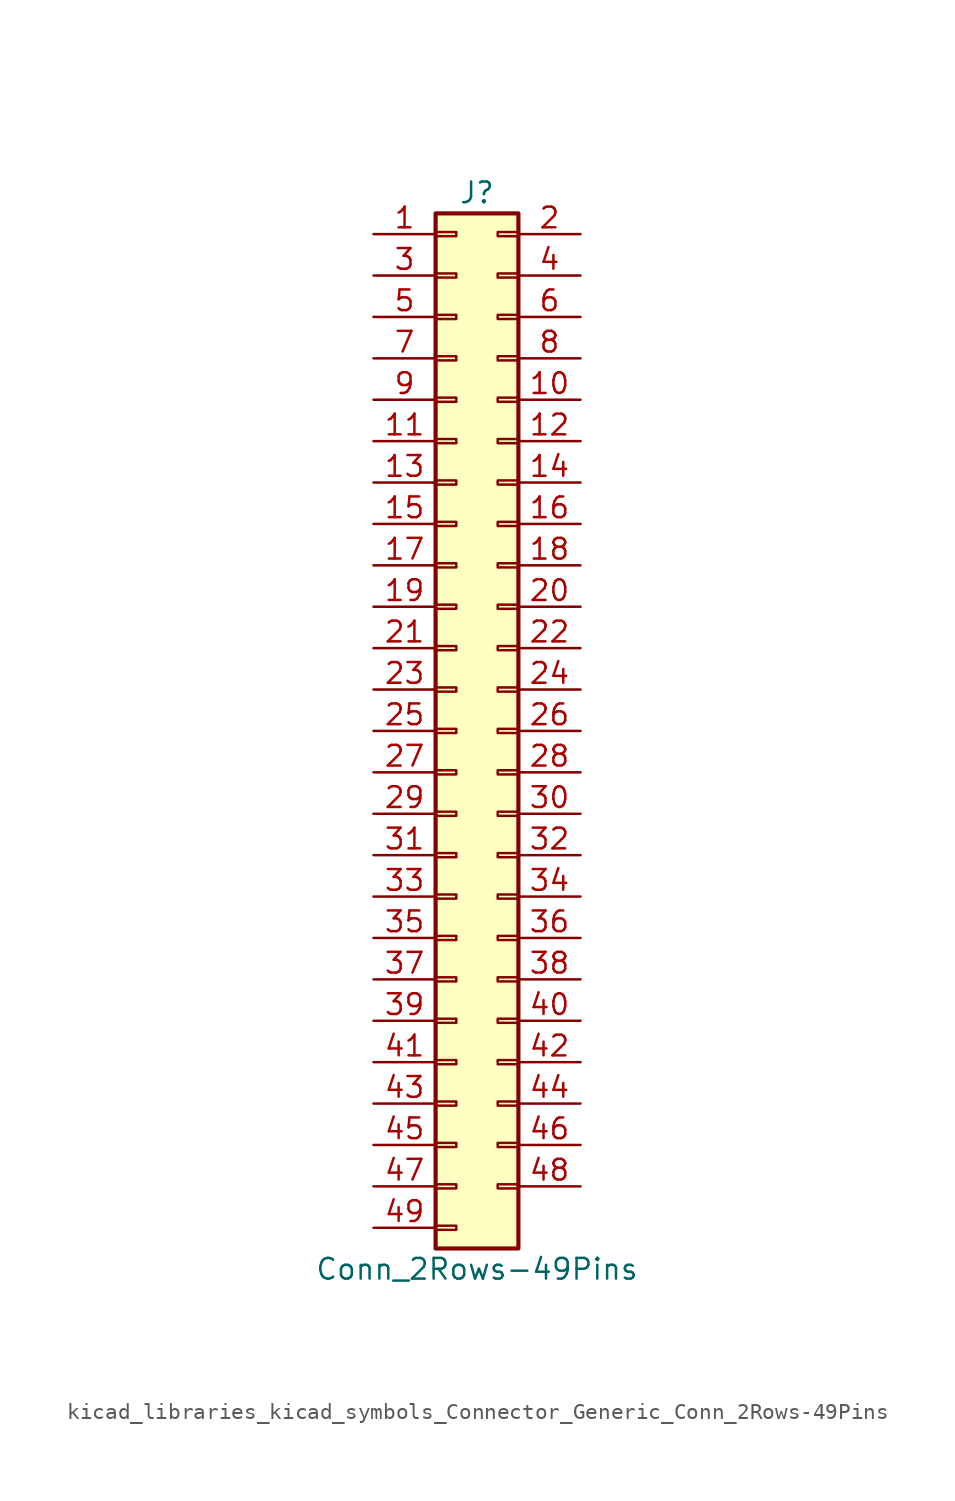
<source format=kicad_sym>
(kicad_symbol_lib
  (version 20220914)
  (generator kicad_symbol_editor)
  (symbol "kicad_libraries_kicad_symbols_Connector_Generic_Conn_2Rows-49Pins"
    (pin_names
      (offset 1.016) hide)
    (property "Reference" "J"
      (at 1.27 33.02 0)
      (effects (font (size 1.27 1.27))))
    (property "Value" "Conn_2Rows-49Pins"
      (at 1.27 -33.02 0)
      (effects (font (size 1.27 1.27))))
    (symbol "kicad_libraries_kicad_symbols_Connector_Generic_Conn_2Rows-49Pins_1_1"
      (rectangle (start -1.27 -30.353) (end 0 -30.607) (stroke (width 0.152) (type default)) (fill (type none)))
      (rectangle (start -1.27 -27.813) (end 0 -28.067) (stroke (width 0.152) (type default)) (fill (type none)))
      (rectangle (start -1.27 -25.273) (end 0 -25.527) (stroke (width 0.152) (type default)) (fill (type none)))
      (rectangle (start -1.27 -22.733) (end 0 -22.987) (stroke (width 0.152) (type default)) (fill (type none)))
      (rectangle (start -1.27 -20.193) (end 0 -20.447) (stroke (width 0.152) (type default)) (fill (type none)))
      (rectangle (start -1.27 -17.653) (end 0 -17.907) (stroke (width 0.152) (type default)) (fill (type none)))
      (rectangle (start -1.27 -15.113) (end 0 -15.367) (stroke (width 0.152) (type default)) (fill (type none)))
      (rectangle (start -1.27 -12.573) (end 0 -12.827) (stroke (width 0.152) (type default)) (fill (type none)))
      (rectangle (start -1.27 -10.033) (end 0 -10.287) (stroke (width 0.152) (type default)) (fill (type none)))
      (rectangle (start -1.27 -7.493) (end 0 -7.747) (stroke (width 0.152) (type default)) (fill (type none)))
      (rectangle (start -1.27 -4.953) (end 0 -5.207) (stroke (width 0.152) (type default)) (fill (type none)))
      (rectangle (start -1.27 -2.413) (end 0 -2.667) (stroke (width 0.152) (type default)) (fill (type none)))
      (rectangle (start -1.27 0.127) (end 0 -0.127) (stroke (width 0.152) (type default)) (fill (type none)))
      (rectangle (start -1.27 2.667) (end 0 2.413) (stroke (width 0.152) (type default)) (fill (type none)))
      (rectangle (start -1.27 5.207) (end 0 4.953) (stroke (width 0.152) (type default)) (fill (type none)))
      (rectangle (start -1.27 7.747) (end 0 7.493) (stroke (width 0.152) (type default)) (fill (type none)))
      (rectangle (start -1.27 10.287) (end 0 10.033) (stroke (width 0.152) (type default)) (fill (type none)))
      (rectangle (start -1.27 12.827) (end 0 12.573) (stroke (width 0.152) (type default)) (fill (type none)))
      (rectangle (start -1.27 15.367) (end 0 15.113) (stroke (width 0.152) (type default)) (fill (type none)))
      (rectangle (start -1.27 17.907) (end 0 17.653) (stroke (width 0.152) (type default)) (fill (type none)))
      (rectangle (start -1.27 20.447) (end 0 20.193) (stroke (width 0.152) (type default)) (fill (type none)))
      (rectangle (start -1.27 22.987) (end 0 22.733) (stroke (width 0.152) (type default)) (fill (type none)))
      (rectangle (start -1.27 25.527) (end 0 25.273) (stroke (width 0.152) (type default)) (fill (type none)))
      (rectangle (start -1.27 28.067) (end 0 27.813) (stroke (width 0.152) (type default)) (fill (type none)))
      (rectangle (start -1.27 30.607) (end 0 30.353) (stroke (width 0.152) (type default)) (fill (type none)))
      (rectangle (start -1.27 31.75) (end 3.81 -31.75) (stroke (width 0.254) (type default)) (fill (type background)))
      (rectangle (start 3.81 -27.813) (end 2.54 -28.067) (stroke (width 0.152) (type default)) (fill (type none)))
      (rectangle (start 3.81 -25.273) (end 2.54 -25.527) (stroke (width 0.152) (type default)) (fill (type none)))
      (rectangle (start 3.81 -22.733) (end 2.54 -22.987) (stroke (width 0.152) (type default)) (fill (type none)))
      (rectangle (start 3.81 -20.193) (end 2.54 -20.447) (stroke (width 0.152) (type default)) (fill (type none)))
      (rectangle (start 3.81 -17.653) (end 2.54 -17.907) (stroke (width 0.152) (type default)) (fill (type none)))
      (rectangle (start 3.81 -15.113) (end 2.54 -15.367) (stroke (width 0.152) (type default)) (fill (type none)))
      (rectangle (start 3.81 -12.573) (end 2.54 -12.827) (stroke (width 0.152) (type default)) (fill (type none)))
      (rectangle (start 3.81 -10.033) (end 2.54 -10.287) (stroke (width 0.152) (type default)) (fill (type none)))
      (rectangle (start 3.81 -7.493) (end 2.54 -7.747) (stroke (width 0.152) (type default)) (fill (type none)))
      (rectangle (start 3.81 -4.953) (end 2.54 -5.207) (stroke (width 0.152) (type default)) (fill (type none)))
      (rectangle (start 3.81 -2.413) (end 2.54 -2.667) (stroke (width 0.152) (type default)) (fill (type none)))
      (rectangle (start 3.81 0.127) (end 2.54 -0.127) (stroke (width 0.152) (type default)) (fill (type none)))
      (rectangle (start 3.81 2.667) (end 2.54 2.413) (stroke (width 0.152) (type default)) (fill (type none)))
      (rectangle (start 3.81 5.207) (end 2.54 4.953) (stroke (width 0.152) (type default)) (fill (type none)))
      (rectangle (start 3.81 7.747) (end 2.54 7.493) (stroke (width 0.152) (type default)) (fill (type none)))
      (rectangle (start 3.81 10.287) (end 2.54 10.033) (stroke (width 0.152) (type default)) (fill (type none)))
      (rectangle (start 3.81 12.827) (end 2.54 12.573) (stroke (width 0.152) (type default)) (fill (type none)))
      (rectangle (start 3.81 15.367) (end 2.54 15.113) (stroke (width 0.152) (type default)) (fill (type none)))
      (rectangle (start 3.81 17.907) (end 2.54 17.653) (stroke (width 0.152) (type default)) (fill (type none)))
      (rectangle (start 3.81 20.447) (end 2.54 20.193) (stroke (width 0.152) (type default)) (fill (type none)))
      (rectangle (start 3.81 22.987) (end 2.54 22.733) (stroke (width 0.152) (type default)) (fill (type none)))
      (rectangle (start 3.81 25.527) (end 2.54 25.273) (stroke (width 0.152) (type default)) (fill (type none)))
      (rectangle (start 3.81 28.067) (end 2.54 27.813) (stroke (width 0.152) (type default)) (fill (type none)))
      (rectangle (start 3.81 30.607) (end 2.54 30.353) (stroke (width 0.152) (type default)) (fill (type none)))
      (pin passive line (at -5.08 30.48 0) (length 3.81) (name "Pin_1" (effects (font (size 1.27 1.27)))) (number "1" (effects (font (size 1.27 1.27)))))
      (pin passive line (at 7.62 20.32 180) (length 3.81) (name "Pin_10" (effects (font (size 1.27 1.27)))) (number "10" (effects (font (size 1.27 1.27)))))
      (pin passive line (at -5.08 17.78 0) (length 3.81) (name "Pin_11" (effects (font (size 1.27 1.27)))) (number "11" (effects (font (size 1.27 1.27)))))
      (pin passive line (at 7.62 17.78 180) (length 3.81) (name "Pin_12" (effects (font (size 1.27 1.27)))) (number "12" (effects (font (size 1.27 1.27)))))
      (pin passive line (at -5.08 15.24 0) (length 3.81) (name "Pin_13" (effects (font (size 1.27 1.27)))) (number "13" (effects (font (size 1.27 1.27)))))
      (pin passive line (at 7.62 15.24 180) (length 3.81) (name "Pin_14" (effects (font (size 1.27 1.27)))) (number "14" (effects (font (size 1.27 1.27)))))
      (pin passive line (at -5.08 12.7 0) (length 3.81) (name "Pin_15" (effects (font (size 1.27 1.27)))) (number "15" (effects (font (size 1.27 1.27)))))
      (pin passive line (at 7.62 12.7 180) (length 3.81) (name "Pin_16" (effects (font (size 1.27 1.27)))) (number "16" (effects (font (size 1.27 1.27)))))
      (pin passive line (at -5.08 10.16 0) (length 3.81) (name "Pin_17" (effects (font (size 1.27 1.27)))) (number "17" (effects (font (size 1.27 1.27)))))
      (pin passive line (at 7.62 10.16 180) (length 3.81) (name "Pin_18" (effects (font (size 1.27 1.27)))) (number "18" (effects (font (size 1.27 1.27)))))
      (pin passive line (at -5.08 7.62 0) (length 3.81) (name "Pin_19" (effects (font (size 1.27 1.27)))) (number "19" (effects (font (size 1.27 1.27)))))
      (pin passive line (at 7.62 30.48 180) (length 3.81) (name "Pin_2" (effects (font (size 1.27 1.27)))) (number "2" (effects (font (size 1.27 1.27)))))
      (pin passive line (at 7.62 7.62 180) (length 3.81) (name "Pin_20" (effects (font (size 1.27 1.27)))) (number "20" (effects (font (size 1.27 1.27)))))
      (pin passive line (at -5.08 5.08 0) (length 3.81) (name "Pin_21" (effects (font (size 1.27 1.27)))) (number "21" (effects (font (size 1.27 1.27)))))
      (pin passive line (at 7.62 5.08 180) (length 3.81) (name "Pin_22" (effects (font (size 1.27 1.27)))) (number "22" (effects (font (size 1.27 1.27)))))
      (pin passive line (at -5.08 2.54 0) (length 3.81) (name "Pin_23" (effects (font (size 1.27 1.27)))) (number "23" (effects (font (size 1.27 1.27)))))
      (pin passive line (at 7.62 2.54 180) (length 3.81) (name "Pin_24" (effects (font (size 1.27 1.27)))) (number "24" (effects (font (size 1.27 1.27)))))
      (pin passive line (at -5.08 0 0) (length 3.81) (name "Pin_25" (effects (font (size 1.27 1.27)))) (number "25" (effects (font (size 1.27 1.27)))))
      (pin passive line (at 7.62 0 180) (length 3.81) (name "Pin_26" (effects (font (size 1.27 1.27)))) (number "26" (effects (font (size 1.27 1.27)))))
      (pin passive line (at -5.08 -2.54 0) (length 3.81) (name "Pin_27" (effects (font (size 1.27 1.27)))) (number "27" (effects (font (size 1.27 1.27)))))
      (pin passive line (at 7.62 -2.54 180) (length 3.81) (name "Pin_28" (effects (font (size 1.27 1.27)))) (number "28" (effects (font (size 1.27 1.27)))))
      (pin passive line (at -5.08 -5.08 0) (length 3.81) (name "Pin_29" (effects (font (size 1.27 1.27)))) (number "29" (effects (font (size 1.27 1.27)))))
      (pin passive line (at -5.08 27.94 0) (length 3.81) (name "Pin_3" (effects (font (size 1.27 1.27)))) (number "3" (effects (font (size 1.27 1.27)))))
      (pin passive line (at 7.62 -5.08 180) (length 3.81) (name "Pin_30" (effects (font (size 1.27 1.27)))) (number "30" (effects (font (size 1.27 1.27)))))
      (pin passive line (at -5.08 -7.62 0) (length 3.81) (name "Pin_31" (effects (font (size 1.27 1.27)))) (number "31" (effects (font (size 1.27 1.27)))))
      (pin passive line (at 7.62 -7.62 180) (length 3.81) (name "Pin_32" (effects (font (size 1.27 1.27)))) (number "32" (effects (font (size 1.27 1.27)))))
      (pin passive line (at -5.08 -10.16 0) (length 3.81) (name "Pin_33" (effects (font (size 1.27 1.27)))) (number "33" (effects (font (size 1.27 1.27)))))
      (pin passive line (at 7.62 -10.16 180) (length 3.81) (name "Pin_34" (effects (font (size 1.27 1.27)))) (number "34" (effects (font (size 1.27 1.27)))))
      (pin passive line (at -5.08 -12.7 0) (length 3.81) (name "Pin_35" (effects (font (size 1.27 1.27)))) (number "35" (effects (font (size 1.27 1.27)))))
      (pin passive line (at 7.62 -12.7 180) (length 3.81) (name "Pin_36" (effects (font (size 1.27 1.27)))) (number "36" (effects (font (size 1.27 1.27)))))
      (pin passive line (at -5.08 -15.24 0) (length 3.81) (name "Pin_37" (effects (font (size 1.27 1.27)))) (number "37" (effects (font (size 1.27 1.27)))))
      (pin passive line (at 7.62 -15.24 180) (length 3.81) (name "Pin_38" (effects (font (size 1.27 1.27)))) (number "38" (effects (font (size 1.27 1.27)))))
      (pin passive line (at -5.08 -17.78 0) (length 3.81) (name "Pin_39" (effects (font (size 1.27 1.27)))) (number "39" (effects (font (size 1.27 1.27)))))
      (pin passive line (at 7.62 27.94 180) (length 3.81) (name "Pin_4" (effects (font (size 1.27 1.27)))) (number "4" (effects (font (size 1.27 1.27)))))
      (pin passive line (at 7.62 -17.78 180) (length 3.81) (name "Pin_40" (effects (font (size 1.27 1.27)))) (number "40" (effects (font (size 1.27 1.27)))))
      (pin passive line (at -5.08 -20.32 0) (length 3.81) (name "Pin_41" (effects (font (size 1.27 1.27)))) (number "41" (effects (font (size 1.27 1.27)))))
      (pin passive line (at 7.62 -20.32 180) (length 3.81) (name "Pin_42" (effects (font (size 1.27 1.27)))) (number "42" (effects (font (size 1.27 1.27)))))
      (pin passive line (at -5.08 -22.86 0) (length 3.81) (name "Pin_43" (effects (font (size 1.27 1.27)))) (number "43" (effects (font (size 1.27 1.27)))))
      (pin passive line (at 7.62 -22.86 180) (length 3.81) (name "Pin_44" (effects (font (size 1.27 1.27)))) (number "44" (effects (font (size 1.27 1.27)))))
      (pin passive line (at -5.08 -25.4 0) (length 3.81) (name "Pin_45" (effects (font (size 1.27 1.27)))) (number "45" (effects (font (size 1.27 1.27)))))
      (pin passive line (at 7.62 -25.4 180) (length 3.81) (name "Pin_46" (effects (font (size 1.27 1.27)))) (number "46" (effects (font (size 1.27 1.27)))))
      (pin passive line (at -5.08 -27.94 0) (length 3.81) (name "Pin_47" (effects (font (size 1.27 1.27)))) (number "47" (effects (font (size 1.27 1.27)))))
      (pin passive line (at 7.62 -27.94 180) (length 3.81) (name "Pin_48" (effects (font (size 1.27 1.27)))) (number "48" (effects (font (size 1.27 1.27)))))
      (pin passive line (at -5.08 -30.48 0) (length 3.81) (name "Pin_49" (effects (font (size 1.27 1.27)))) (number "49" (effects (font (size 1.27 1.27)))))
      (pin passive line (at -5.08 25.4 0) (length 3.81) (name "Pin_5" (effects (font (size 1.27 1.27)))) (number "5" (effects (font (size 1.27 1.27)))))
      (pin passive line (at 7.62 25.4 180) (length 3.81) (name "Pin_6" (effects (font (size 1.27 1.27)))) (number "6" (effects (font (size 1.27 1.27)))))
      (pin passive line (at -5.08 22.86 0) (length 3.81) (name "Pin_7" (effects (font (size 1.27 1.27)))) (number "7" (effects (font (size 1.27 1.27)))))
      (pin passive line (at 7.62 22.86 180) (length 3.81) (name "Pin_8" (effects (font (size 1.27 1.27)))) (number "8" (effects (font (size 1.27 1.27)))))
      (pin passive line (at -5.08 20.32 0) (length 3.81) (name "Pin_9" (effects (font (size 1.27 1.27)))) (number "9" (effects (font (size 1.27 1.27))))))))
</source>
